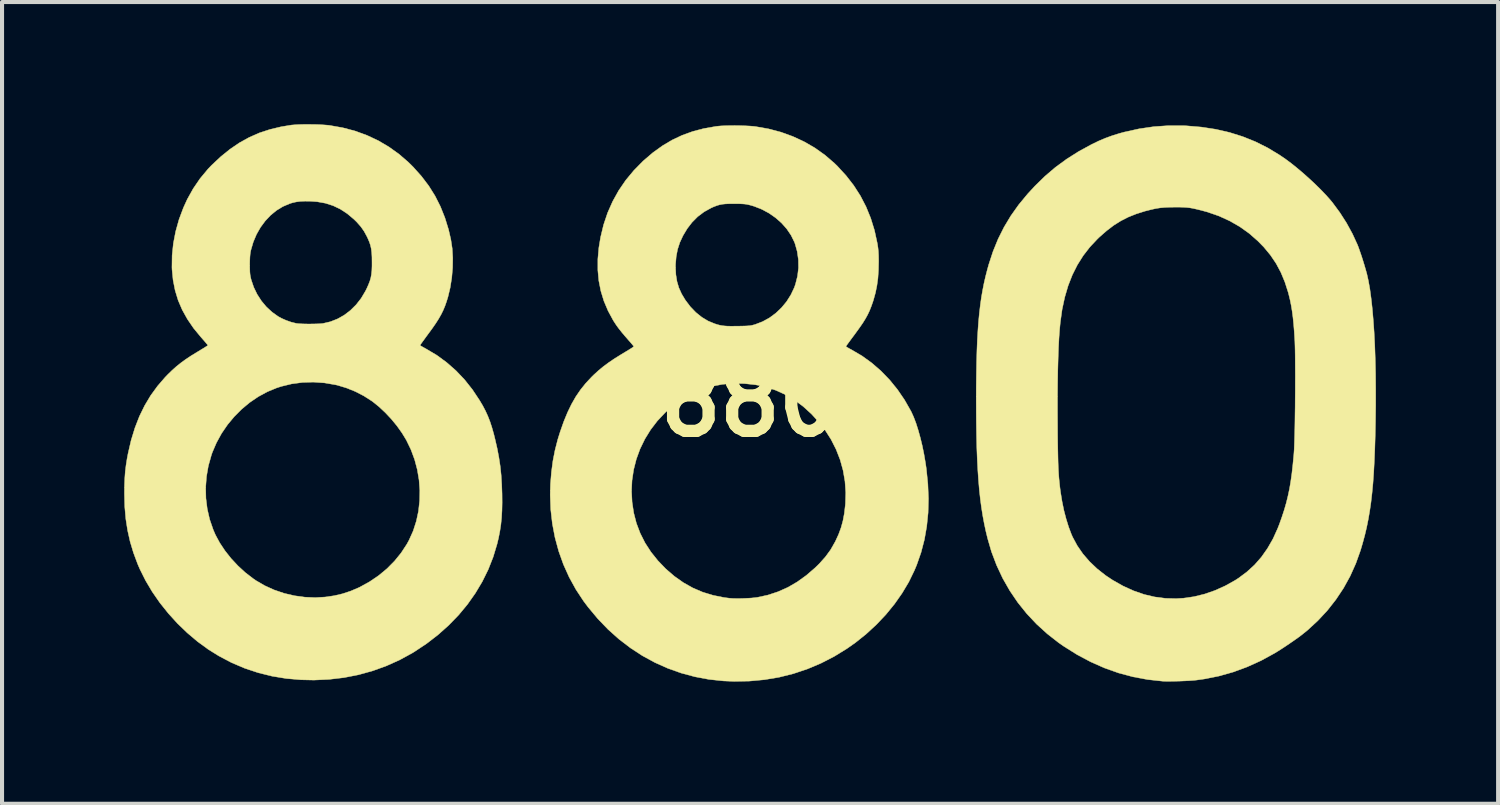
<source format=kicad_pcb>
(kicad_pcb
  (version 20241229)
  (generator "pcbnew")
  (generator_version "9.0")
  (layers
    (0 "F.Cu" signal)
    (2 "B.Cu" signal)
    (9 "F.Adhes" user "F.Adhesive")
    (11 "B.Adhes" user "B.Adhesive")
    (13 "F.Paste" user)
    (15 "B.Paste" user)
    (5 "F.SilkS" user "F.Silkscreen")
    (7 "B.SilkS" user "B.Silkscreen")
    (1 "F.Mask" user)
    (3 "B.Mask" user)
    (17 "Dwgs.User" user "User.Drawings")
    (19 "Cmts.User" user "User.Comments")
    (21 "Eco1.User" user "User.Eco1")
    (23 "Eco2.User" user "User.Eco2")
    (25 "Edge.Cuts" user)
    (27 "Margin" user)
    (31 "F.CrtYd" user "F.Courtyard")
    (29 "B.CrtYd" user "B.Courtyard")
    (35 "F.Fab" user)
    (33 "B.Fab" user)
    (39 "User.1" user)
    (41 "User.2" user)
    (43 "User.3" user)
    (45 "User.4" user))
  (footprint "880"
    (layer "F.Cu")
    (at 15.363 6.84)
    (property "Reference" "880" (at 0 0 0) (layer "F.SilkS") (effects (font (size 1.524 1.524) (thickness 0.3))))
    (attr through_hole)
    (fp_poly (pts (xy 10.642 -6.805) (xy 10.716 -6.801) (xy 11.084 -6.77) (xy 11.437 -6.716) (xy 11.776 -6.638) (xy 12.101 -6.536) (xy 12.414 -6.41) (xy 12.715 -6.259) (xy 13.006 -6.083) (xy 13.152 -5.983) (xy 13.294 -5.877) (xy 13.443 -5.757) (xy 13.596 -5.627) (xy 13.749 -5.49) (xy 13.896 -5.352) (xy 14.034 -5.215) (xy 14.159 -5.084) (xy 14.266 -4.962) (xy 14.302 -4.918) (xy 14.484 -4.672) (xy 14.65 -4.413) (xy 14.796 -4.145) (xy 14.919 -3.877) (xy 14.921 -3.872) (xy 14.949 -3.798) (xy 14.982 -3.704) (xy 15.019 -3.596) (xy 15.055 -3.482) (xy 15.09 -3.368) (xy 15.121 -3.261) (xy 15.147 -3.168) (xy 15.147 -3.168) (xy 15.186 -2.993) (xy 15.222 -2.791) (xy 15.253 -2.563) (xy 15.281 -2.311) (xy 15.305 -2.034) (xy 15.326 -1.736) (xy 15.342 -1.416) (xy 15.354 -1.075) (xy 15.362 -0.715) (xy 15.365 -0.337) (xy 15.365 0.058) (xy 15.36 0.469) (xy 15.353 0.811) (xy 15.343 1.138) (xy 15.331 1.438) (xy 15.316 1.716) (xy 15.298 1.974) (xy 15.275 2.215) (xy 15.249 2.441) (xy 15.218 2.655) (xy 15.183 2.859) (xy 15.143 3.057) (xy 15.097 3.251) (xy 15.045 3.443) (xy 14.992 3.623) (xy 14.877 3.945) (xy 14.738 4.255) (xy 14.574 4.552) (xy 14.386 4.834) (xy 14.176 5.101) (xy 13.943 5.351) (xy 13.69 5.584) (xy 13.543 5.702) (xy 13.469 5.758) (xy 13.377 5.823) (xy 13.274 5.894) (xy 13.167 5.967) (xy 13.062 6.036) (xy 12.965 6.098) (xy 12.883 6.148) (xy 12.55 6.33) (xy 12.21 6.484) (xy 11.865 6.611) (xy 11.514 6.71) (xy 11.157 6.781) (xy 10.957 6.809) (xy 10.882 6.816) (xy 10.787 6.823) (xy 10.68 6.828) (xy 10.565 6.833) (xy 10.451 6.836) (xy 10.342 6.838) (xy 10.245 6.839) (xy 10.166 6.837) (xy 10.132 6.835) (xy 9.765 6.795) (xy 9.405 6.728) (xy 9.053 6.634) (xy 8.708 6.512) (xy 8.371 6.363) (xy 8.039 6.187) (xy 7.715 5.984) (xy 7.586 5.895) (xy 7.303 5.674) (xy 7.04 5.435) (xy 6.798 5.178) (xy 6.578 4.904) (xy 6.381 4.614) (xy 6.207 4.309) (xy 6.057 3.989) (xy 5.931 3.656) (xy 5.838 3.337) (xy 5.793 3.153) (xy 5.753 2.965) (xy 5.717 2.772) (xy 5.685 2.571) (xy 5.657 2.362) (xy 5.633 2.141) (xy 5.613 1.907) (xy 5.596 1.658) (xy 5.582 1.391) (xy 5.571 1.105) (xy 5.564 0.798) (xy 5.559 0.468) (xy 5.557 0.207) (xy 7.552 0.207) (xy 7.554 0.564) (xy 7.555 0.784) (xy 7.557 0.978) (xy 7.56 1.149) (xy 7.563 1.301) (xy 7.566 1.435) (xy 7.57 1.554) (xy 7.575 1.662) (xy 7.581 1.761) (xy 7.588 1.853) (xy 7.597 1.942) (xy 7.606 2.031) (xy 7.617 2.121) (xy 7.628 2.2) (xy 7.664 2.422) (xy 7.709 2.641) (xy 7.764 2.851) (xy 7.825 3.047) (xy 7.891 3.223) (xy 7.924 3.298) (xy 8.037 3.508) (xy 8.175 3.708) (xy 8.338 3.897) (xy 8.524 4.074) (xy 8.732 4.238) (xy 8.905 4.353) (xy 9.163 4.499) (xy 9.421 4.616) (xy 9.68 4.706) (xy 9.94 4.767) (xy 10.202 4.801) (xy 10.467 4.808) (xy 10.647 4.797) (xy 10.904 4.76) (xy 11.164 4.696) (xy 11.42 4.607) (xy 11.671 4.494) (xy 11.911 4.36) (xy 11.997 4.305) (xy 12.203 4.151) (xy 12.391 3.979) (xy 12.559 3.787) (xy 12.709 3.574) (xy 12.843 3.34) (xy 12.959 3.084) (xy 12.998 2.985) (xy 13.063 2.802) (xy 13.12 2.628) (xy 13.169 2.458) (xy 13.211 2.288) (xy 13.248 2.114) (xy 13.279 1.931) (xy 13.307 1.733) (xy 13.331 1.518) (xy 13.354 1.28) (xy 13.358 1.228) (xy 13.363 1.154) (xy 13.367 1.056) (xy 13.371 0.935) (xy 13.375 0.795) (xy 13.379 0.639) (xy 13.382 0.47) (xy 13.384 0.29) (xy 13.387 0.104) (xy 13.388 -0.088) (xy 13.39 -0.28) (xy 13.39 -0.47) (xy 13.391 -0.656) (xy 13.39 -0.834) (xy 13.389 -1.002) (xy 13.388 -1.155) (xy 13.386 -1.292) (xy 13.383 -1.409) (xy 13.38 -1.504) (xy 13.378 -1.538) (xy 13.365 -1.748) (xy 13.35 -1.934) (xy 13.333 -2.101) (xy 13.313 -2.252) (xy 13.29 -2.391) (xy 13.263 -2.524) (xy 13.231 -2.655) (xy 13.217 -2.709) (xy 13.135 -2.965) (xy 13.037 -3.201) (xy 12.92 -3.42) (xy 12.781 -3.626) (xy 12.619 -3.822) (xy 12.472 -3.972) (xy 12.259 -4.159) (xy 12.028 -4.324) (xy 11.78 -4.466) (xy 11.515 -4.587) (xy 11.232 -4.685) (xy 11.077 -4.727) (xy 10.971 -4.753) (xy 10.882 -4.773) (xy 10.804 -4.787) (xy 10.728 -4.796) (xy 10.647 -4.801) (xy 10.554 -4.804) (xy 10.44 -4.804) (xy 10.435 -4.804) (xy 10.298 -4.802) (xy 10.181 -4.797) (xy 10.076 -4.787) (xy 9.972 -4.771) (xy 9.863 -4.747) (xy 9.74 -4.716) (xy 9.7 -4.706) (xy 9.488 -4.639) (xy 9.292 -4.561) (xy 9.109 -4.468) (xy 8.932 -4.357) (xy 8.759 -4.225) (xy 8.582 -4.07) (xy 8.532 -4.022) (xy 8.347 -3.825) (xy 8.183 -3.613) (xy 8.039 -3.384) (xy 7.916 -3.139) (xy 7.813 -2.875) (xy 7.73 -2.593) (xy 7.665 -2.291) (xy 7.621 -1.976) (xy 7.604 -1.798) (xy 7.589 -1.592) (xy 7.577 -1.359) (xy 7.568 -1.099) (xy 7.56 -0.812) (xy 7.555 -0.498) (xy 7.552 -0.158) (xy 7.552 0.207) (xy 5.557 0.207) (xy 5.557 0.112) (xy 5.556 -0.042) (xy 5.557 -0.39) (xy 5.561 -0.711) (xy 5.566 -1.008) (xy 5.574 -1.283) (xy 5.584 -1.539) (xy 5.598 -1.776) (xy 5.614 -1.997) (xy 5.634 -2.205) (xy 5.657 -2.4) (xy 5.683 -2.586) (xy 5.714 -2.764) (xy 5.748 -2.937) (xy 5.787 -3.106) (xy 5.83 -3.273) (xy 5.864 -3.395) (xy 5.969 -3.716) (xy 6.093 -4.02) (xy 6.239 -4.312) (xy 6.407 -4.592) (xy 6.6 -4.864) (xy 6.819 -5.129) (xy 6.997 -5.322) (xy 7.245 -5.564) (xy 7.503 -5.784) (xy 7.775 -5.983) (xy 8.065 -6.167) (xy 8.376 -6.337) (xy 8.389 -6.344) (xy 8.565 -6.429) (xy 8.73 -6.499) (xy 8.895 -6.559) (xy 9.071 -6.614) (xy 9.193 -6.647) (xy 9.555 -6.727) (xy 9.915 -6.78) (xy 10.276 -6.805) (xy 10.642 -6.805)) (stroke (width 0.01) (type solid)) (fill yes) (layer "F.SilkS"))
    (fp_poly (pts (xy -0.239 -6.805) (xy -0.113 -6.801) (xy 0.003 -6.795) (xy 0.101 -6.787) (xy 0.14 -6.782) (xy 0.458 -6.726) (xy 0.764 -6.645) (xy 1.055 -6.539) (xy 1.333 -6.41) (xy 1.596 -6.258) (xy 1.843 -6.082) (xy 2.074 -5.883) (xy 2.145 -5.814) (xy 2.359 -5.581) (xy 2.548 -5.338) (xy 2.712 -5.083) (xy 2.851 -4.815) (xy 2.966 -4.533) (xy 3.058 -4.236) (xy 3.126 -3.923) (xy 3.132 -3.89) (xy 3.145 -3.803) (xy 3.154 -3.715) (xy 3.159 -3.617) (xy 3.161 -3.502) (xy 3.161 -3.469) (xy 3.156 -3.254) (xy 3.143 -3.059) (xy 3.118 -2.877) (xy 3.083 -2.704) (xy 3.035 -2.531) (xy 3.018 -2.477) (xy 2.978 -2.364) (xy 2.937 -2.261) (xy 2.891 -2.164) (xy 2.837 -2.066) (xy 2.774 -1.964) (xy 2.697 -1.852) (xy 2.605 -1.725) (xy 2.583 -1.694) (xy 2.523 -1.614) (xy 2.469 -1.541) (xy 2.423 -1.478) (xy 2.387 -1.429) (xy 2.365 -1.397) (xy 2.357 -1.384) (xy 2.368 -1.374) (xy 2.4 -1.355) (xy 2.447 -1.328) (xy 2.501 -1.299) (xy 2.753 -1.151) (xy 2.992 -0.978) (xy 3.218 -0.782) (xy 3.428 -0.565) (xy 3.621 -0.328) (xy 3.796 -0.072) (xy 3.951 0.2) (xy 3.964 0.225) (xy 4.021 0.351) (xy 4.078 0.502) (xy 4.132 0.672) (xy 4.184 0.859) (xy 4.232 1.057) (xy 4.274 1.263) (xy 4.31 1.473) (xy 4.331 1.616) (xy 4.369 1.991) (xy 4.384 2.352) (xy 4.375 2.7) (xy 4.341 3.035) (xy 4.284 3.36) (xy 4.202 3.675) (xy 4.095 3.981) (xy 4.038 4.117) (xy 3.901 4.399) (xy 3.737 4.674) (xy 3.549 4.942) (xy 3.339 5.199) (xy 3.107 5.444) (xy 2.857 5.675) (xy 2.59 5.889) (xy 2.384 6.034) (xy 2.069 6.228) (xy 1.744 6.395) (xy 1.41 6.536) (xy 1.066 6.651) (xy 0.714 6.739) (xy 0.355 6.799) (xy -0.013 6.833) (xy -0.387 6.84) (xy -0.653 6.829) (xy -1.007 6.791) (xy -1.353 6.726) (xy -1.691 6.635) (xy -2.019 6.518) (xy -2.336 6.376) (xy -2.642 6.209) (xy -2.936 6.017) (xy -3.217 5.802) (xy -3.484 5.563) (xy -3.736 5.301) (xy -3.973 5.017) (xy -4.084 4.869) (xy -4.273 4.582) (xy -4.438 4.282) (xy -4.579 3.969) (xy -4.695 3.644) (xy -4.786 3.309) (xy -4.851 2.967) (xy -4.891 2.617) (xy -4.904 2.262) (xy -4.902 2.163) (xy -2.907 2.163) (xy -2.893 2.438) (xy -2.853 2.703) (xy -2.787 2.958) (xy -2.694 3.203) (xy -2.575 3.439) (xy -2.43 3.663) (xy -2.258 3.878) (xy -2.065 4.078) (xy -1.855 4.259) (xy -1.634 4.415) (xy -1.403 4.545) (xy -1.16 4.649) (xy -0.904 4.727) (xy -0.636 4.781) (xy -0.504 4.798) (xy -0.42 4.804) (xy -0.316 4.806) (xy -0.201 4.805) (xy -0.084 4.8) (xy 0.029 4.794) (xy 0.128 4.784) (xy 0.183 4.777) (xy 0.441 4.721) (xy 0.69 4.639) (xy 0.93 4.532) (xy 1.161 4.398) (xy 1.385 4.237) (xy 1.603 4.049) (xy 1.704 3.95) (xy 1.855 3.781) (xy 1.984 3.604) (xy 2.094 3.41) (xy 2.102 3.394) (xy 2.178 3.228) (xy 2.238 3.065) (xy 2.284 2.897) (xy 2.318 2.718) (xy 2.341 2.52) (xy 2.345 2.479) (xy 2.353 2.203) (xy 2.334 1.93) (xy 2.288 1.661) (xy 2.215 1.398) (xy 2.116 1.144) (xy 1.992 0.899) (xy 1.843 0.666) (xy 1.705 0.487) (xy 1.511 0.275) (xy 1.308 0.09) (xy 1.094 -0.069) (xy 0.87 -0.201) (xy 0.634 -0.308) (xy 0.389 -0.389) (xy 0.132 -0.443) (xy -0.136 -0.472) (xy -0.409 -0.475) (xy -0.676 -0.454) (xy -0.932 -0.406) (xy -1.177 -0.333) (xy -1.412 -0.233) (xy -1.638 -0.107) (xy -1.855 0.045) (xy -2.063 0.224) (xy -2.087 0.247) (xy -2.274 0.446) (xy -2.439 0.662) (xy -2.58 0.891) (xy -2.697 1.132) (xy -2.789 1.383) (xy -2.855 1.642) (xy -2.895 1.908) (xy -2.907 2.163) (xy -4.902 2.163) (xy -4.897 1.99) (xy -4.873 1.699) (xy -4.837 1.426) (xy -4.785 1.161) (xy -4.717 0.897) (xy -4.657 0.706) (xy -4.57 0.459) (xy -4.478 0.236) (xy -4.381 0.035) (xy -4.276 -0.149) (xy -4.16 -0.319) (xy -4.032 -0.479) (xy -3.889 -0.632) (xy -3.831 -0.689) (xy -3.718 -0.792) (xy -3.6 -0.89) (xy -3.472 -0.985) (xy -3.329 -1.082) (xy -3.167 -1.183) (xy -3.115 -1.214) (xy -3.038 -1.261) (xy -2.969 -1.303) (xy -2.913 -1.338) (xy -2.873 -1.364) (xy -2.853 -1.379) (xy -2.85 -1.382) (xy -2.859 -1.395) (xy -2.883 -1.425) (xy -2.919 -1.468) (xy -2.963 -1.518) (xy -2.967 -1.522) (xy -3.066 -1.636) (xy -3.148 -1.733) (xy -3.217 -1.82) (xy -3.275 -1.899) (xy -3.326 -1.976) (xy -3.357 -2.025) (xy -3.484 -2.26) (xy -3.585 -2.499) (xy -3.66 -2.744) (xy -3.71 -2.996) (xy -3.734 -3.257) (xy -3.734 -3.33) (xy -1.827 -3.33) (xy -1.818 -3.147) (xy -1.791 -2.98) (xy -1.745 -2.824) (xy -1.676 -2.672) (xy -1.587 -2.524) (xy -1.465 -2.362) (xy -1.33 -2.221) (xy -1.184 -2.103) (xy -1.028 -2.009) (xy -0.866 -1.942) (xy -0.8 -1.921) (xy -0.739 -1.905) (xy -0.68 -1.894) (xy -0.616 -1.887) (xy -0.542 -1.882) (xy -0.452 -1.881) (xy -0.341 -1.882) (xy -0.303 -1.882) (xy -0.2 -1.884) (xy -0.119 -1.886) (xy -0.057 -1.889) (xy -0.008 -1.893) (xy 0.034 -1.899) (xy 0.072 -1.908) (xy 0.113 -1.919) (xy 0.133 -1.925) (xy 0.31 -1.993) (xy 0.478 -2.085) (xy 0.634 -2.2) (xy 0.776 -2.335) (xy 0.901 -2.486) (xy 1.006 -2.653) (xy 1.09 -2.83) (xy 1.119 -2.914) (xy 1.169 -3.111) (xy 1.193 -3.312) (xy 1.19 -3.514) (xy 1.162 -3.712) (xy 1.109 -3.902) (xy 1.091 -3.95) (xy 1.01 -4.114) (xy 0.905 -4.269) (xy 0.778 -4.413) (xy 0.632 -4.542) (xy 0.469 -4.656) (xy 0.292 -4.751) (xy 0.104 -4.825) (xy 0.016 -4.851) (xy -0.036 -4.864) (xy -0.083 -4.874) (xy -0.131 -4.88) (xy -0.185 -4.884) (xy -0.253 -4.887) (xy -0.34 -4.888) (xy -0.381 -4.888) (xy -0.499 -4.888) (xy -0.595 -4.884) (xy -0.676 -4.876) (xy -0.747 -4.862) (xy -0.816 -4.841) (xy -0.889 -4.813) (xy -0.954 -4.784) (xy -1.125 -4.689) (xy -1.282 -4.571) (xy -1.421 -4.431) (xy -1.54 -4.276) (xy -1.643 -4.104) (xy -1.721 -3.937) (xy -1.776 -3.768) (xy -1.81 -3.591) (xy -1.826 -3.401) (xy -1.827 -3.33) (xy -3.734 -3.33) (xy -3.734 -3.527) (xy -3.709 -3.809) (xy -3.667 -4.063) (xy -3.593 -4.371) (xy -3.494 -4.665) (xy -3.37 -4.945) (xy -3.222 -5.212) (xy -3.049 -5.465) (xy -2.851 -5.704) (xy -2.629 -5.93) (xy -2.605 -5.952) (xy -2.379 -6.145) (xy -2.148 -6.311) (xy -1.911 -6.452) (xy -1.665 -6.568) (xy -1.406 -6.662) (xy -1.133 -6.734) (xy -0.842 -6.785) (xy -0.804 -6.79) (xy -0.722 -6.798) (xy -0.617 -6.803) (xy -0.498 -6.806) (xy -0.37 -6.807) (xy -0.239 -6.805)) (stroke (width 0.01) (type solid)) (fill yes) (layer "F.SilkS"))
    (fp_poly (pts (xy -10.695 -6.834) (xy -10.568 -6.83) (xy -10.453 -6.823) (xy -10.354 -6.815) (xy -10.315 -6.81) (xy -9.998 -6.754) (xy -9.693 -6.673) (xy -9.402 -6.567) (xy -9.125 -6.437) (xy -8.862 -6.282) (xy -8.613 -6.103) (xy -8.379 -5.9) (xy -8.269 -5.791) (xy -8.065 -5.563) (xy -7.886 -5.327) (xy -7.731 -5.08) (xy -7.6 -4.821) (xy -7.49 -4.546) (xy -7.4 -4.255) (xy -7.343 -4.008) (xy -7.31 -3.79) (xy -7.296 -3.557) (xy -7.3 -3.315) (xy -7.321 -3.071) (xy -7.359 -2.83) (xy -7.414 -2.6) (xy -7.45 -2.483) (xy -7.489 -2.373) (xy -7.532 -2.27) (xy -7.582 -2.169) (xy -7.641 -2.065) (xy -7.711 -1.955) (xy -7.796 -1.832) (xy -7.881 -1.716) (xy -7.94 -1.636) (xy -7.992 -1.564) (xy -8.037 -1.502) (xy -8.071 -1.455) (xy -8.093 -1.423) (xy -8.1 -1.412) (xy -8.088 -1.403) (xy -8.056 -1.383) (xy -8.008 -1.356) (xy -7.95 -1.324) (xy -7.942 -1.319) (xy -7.685 -1.166) (xy -7.443 -0.988) (xy -7.215 -0.787) (xy -7.004 -0.565) (xy -6.811 -0.321) (xy -6.639 -0.062) (xy -6.559 0.073) (xy -6.492 0.201) (xy -6.434 0.329) (xy -6.382 0.462) (xy -6.335 0.606) (xy -6.289 0.768) (xy -6.26 0.885) (xy -6.206 1.12) (xy -6.164 1.341) (xy -6.131 1.558) (xy -6.108 1.777) (xy -6.094 2.008) (xy -6.086 2.233) (xy -6.084 2.449) (xy -6.088 2.644) (xy -6.098 2.823) (xy -6.115 2.991) (xy -6.14 3.154) (xy -6.172 3.318) (xy -6.209 3.471) (xy -6.304 3.786) (xy -6.425 4.093) (xy -6.572 4.391) (xy -6.743 4.677) (xy -6.938 4.953) (xy -7.156 5.215) (xy -7.397 5.463) (xy -7.658 5.696) (xy -7.939 5.913) (xy -8.24 6.113) (xy -8.284 6.14) (xy -8.6 6.313) (xy -8.927 6.46) (xy -9.265 6.582) (xy -9.612 6.678) (xy -9.969 6.748) (xy -10.333 6.791) (xy -10.705 6.808) (xy -11.021 6.801) (xy -11.383 6.77) (xy -11.734 6.712) (xy -12.076 6.627) (xy -12.407 6.517) (xy -12.728 6.38) (xy -13.038 6.217) (xy -13.3 6.054) (xy -13.563 5.862) (xy -13.815 5.649) (xy -14.055 5.418) (xy -14.28 5.17) (xy -14.488 4.91) (xy -14.675 4.64) (xy -14.84 4.362) (xy -14.98 4.081) (xy -15.033 3.958) (xy -15.136 3.682) (xy -15.218 3.409) (xy -15.28 3.133) (xy -15.324 2.85) (xy -15.35 2.553) (xy -15.358 2.239) (xy -15.358 2.208) (xy -15.357 2.078) (xy -13.363 2.078) (xy -13.357 2.344) (xy -13.324 2.607) (xy -13.265 2.864) (xy -13.179 3.113) (xy -13.125 3.239) (xy -13.019 3.436) (xy -12.889 3.632) (xy -12.738 3.823) (xy -12.57 4.003) (xy -12.389 4.169) (xy -12.197 4.317) (xy -12.129 4.364) (xy -11.912 4.49) (xy -11.68 4.595) (xy -11.436 4.678) (xy -11.184 4.737) (xy -10.928 4.772) (xy -10.672 4.783) (xy -10.431 4.769) (xy -10.21 4.737) (xy -10.004 4.689) (xy -9.807 4.624) (xy -9.607 4.539) (xy -9.574 4.523) (xy -9.337 4.392) (xy -9.115 4.241) (xy -8.911 4.072) (xy -8.726 3.885) (xy -8.563 3.684) (xy -8.423 3.47) (xy -8.37 3.373) (xy -8.268 3.146) (xy -8.191 2.907) (xy -8.138 2.661) (xy -8.11 2.408) (xy -8.105 2.153) (xy -8.124 1.896) (xy -8.167 1.642) (xy -8.233 1.393) (xy -8.323 1.15) (xy -8.435 0.918) (xy -8.538 0.748) (xy -8.662 0.573) (xy -8.802 0.402) (xy -8.953 0.241) (xy -9.109 0.095) (xy -9.264 -0.03) (xy -9.286 -0.045) (xy -9.481 -0.17) (xy -9.691 -0.278) (xy -9.91 -0.366) (xy -10.129 -0.432) (xy -10.174 -0.442) (xy -10.447 -0.489) (xy -10.718 -0.508) (xy -10.987 -0.5) (xy -11.251 -0.465) (xy -11.509 -0.402) (xy -11.623 -0.365) (xy -11.852 -0.27) (xy -12.073 -0.15) (xy -12.283 -0.007) (xy -12.481 0.158) (xy -12.663 0.341) (xy -12.828 0.54) (xy -12.974 0.754) (xy -13.098 0.98) (xy -13.199 1.215) (xy -13.223 1.285) (xy -13.297 1.547) (xy -13.343 1.812) (xy -13.363 2.078) (xy -15.357 2.078) (xy -15.356 2.017) (xy -15.349 1.845) (xy -15.337 1.685) (xy -15.318 1.53) (xy -15.293 1.372) (xy -15.268 1.242) (xy -15.193 0.918) (xy -15.1 0.615) (xy -14.99 0.332) (xy -14.861 0.068) (xy -14.713 -0.18) (xy -14.544 -0.412) (xy -14.355 -0.631) (xy -14.295 -0.693) (xy -14.187 -0.798) (xy -14.081 -0.893) (xy -13.971 -0.981) (xy -13.853 -1.067) (xy -13.719 -1.156) (xy -13.565 -1.25) (xy -13.552 -1.258) (xy -13.478 -1.303) (xy -13.413 -1.342) (xy -13.361 -1.375) (xy -13.324 -1.399) (xy -13.308 -1.41) (xy -13.307 -1.411) (xy -13.316 -1.423) (xy -13.341 -1.453) (xy -13.378 -1.497) (xy -13.426 -1.552) (xy -13.476 -1.609) (xy -13.658 -1.829) (xy -13.811 -2.053) (xy -13.938 -2.281) (xy -14.039 -2.516) (xy -14.113 -2.759) (xy -14.163 -3.011) (xy -14.189 -3.275) (xy -14.191 -3.33) (xy -14.19 -3.388) (xy -12.282 -3.388) (xy -12.282 -3.38) (xy -12.28 -3.287) (xy -12.278 -3.216) (xy -12.273 -3.157) (xy -12.265 -3.105) (xy -12.253 -3.051) (xy -12.245 -3.02) (xy -12.183 -2.837) (xy -12.099 -2.663) (xy -11.994 -2.501) (xy -11.871 -2.354) (xy -11.732 -2.226) (xy -11.582 -2.119) (xy -11.5 -2.074) (xy -11.386 -2.024) (xy -11.264 -1.981) (xy -11.147 -1.952) (xy -11.124 -1.948) (xy -11.076 -1.943) (xy -11.005 -1.939) (xy -10.92 -1.936) (xy -10.827 -1.935) (xy -10.732 -1.936) (xy -10.642 -1.938) (xy -10.563 -1.941) (xy -10.503 -1.946) (xy -10.485 -1.948) (xy -10.301 -1.991) (xy -10.126 -2.06) (xy -9.961 -2.153) (xy -9.808 -2.27) (xy -9.669 -2.408) (xy -9.545 -2.566) (xy -9.44 -2.743) (xy -9.406 -2.811) (xy -9.364 -2.906) (xy -9.331 -2.991) (xy -9.308 -3.072) (xy -9.293 -3.155) (xy -9.283 -3.247) (xy -9.279 -3.356) (xy -9.279 -3.45) (xy -9.28 -3.578) (xy -9.286 -3.685) (xy -9.297 -3.777) (xy -9.315 -3.86) (xy -9.341 -3.941) (xy -9.377 -4.026) (xy -9.405 -4.085) (xy -9.473 -4.211) (xy -9.554 -4.326) (xy -9.653 -4.438) (xy -9.721 -4.505) (xy -9.885 -4.643) (xy -10.056 -4.755) (xy -10.234 -4.84) (xy -10.424 -4.901) (xy -10.626 -4.937) (xy -10.785 -4.949) (xy -10.922 -4.951) (xy -11.039 -4.946) (xy -11.144 -4.932) (xy -11.242 -4.909) (xy -11.301 -4.89) (xy -11.468 -4.819) (xy -11.625 -4.723) (xy -11.77 -4.604) (xy -11.901 -4.465) (xy -12.017 -4.308) (xy -12.115 -4.136) (xy -12.194 -3.949) (xy -12.252 -3.752) (xy -12.264 -3.696) (xy -12.271 -3.644) (xy -12.277 -3.571) (xy -12.28 -3.483) (xy -12.282 -3.388) (xy -14.19 -3.388) (xy -14.187 -3.621) (xy -14.156 -3.916) (xy -14.099 -4.211) (xy -14.017 -4.503) (xy -13.91 -4.789) (xy -13.815 -4.997) (xy -13.668 -5.261) (xy -13.499 -5.508) (xy -13.308 -5.738) (xy -13.217 -5.833) (xy -12.993 -6.043) (xy -12.767 -6.226) (xy -12.535 -6.384) (xy -12.296 -6.516) (xy -12.047 -6.626) (xy -11.785 -6.712) (xy -11.509 -6.778) (xy -11.261 -6.819) (xy -11.178 -6.826) (xy -11.074 -6.832) (xy -10.954 -6.835) (xy -10.826 -6.835) (xy -10.695 -6.834)) (stroke (width 0.01) (type solid)) (fill yes) (layer "F.SilkS")))
  (gr_rect
    (start -3 -3)
    (end 33.734 16.685)
    (stroke (width 0.1) (type default))
    (fill no)
    (layer "Edge.Cuts")))
</source>
